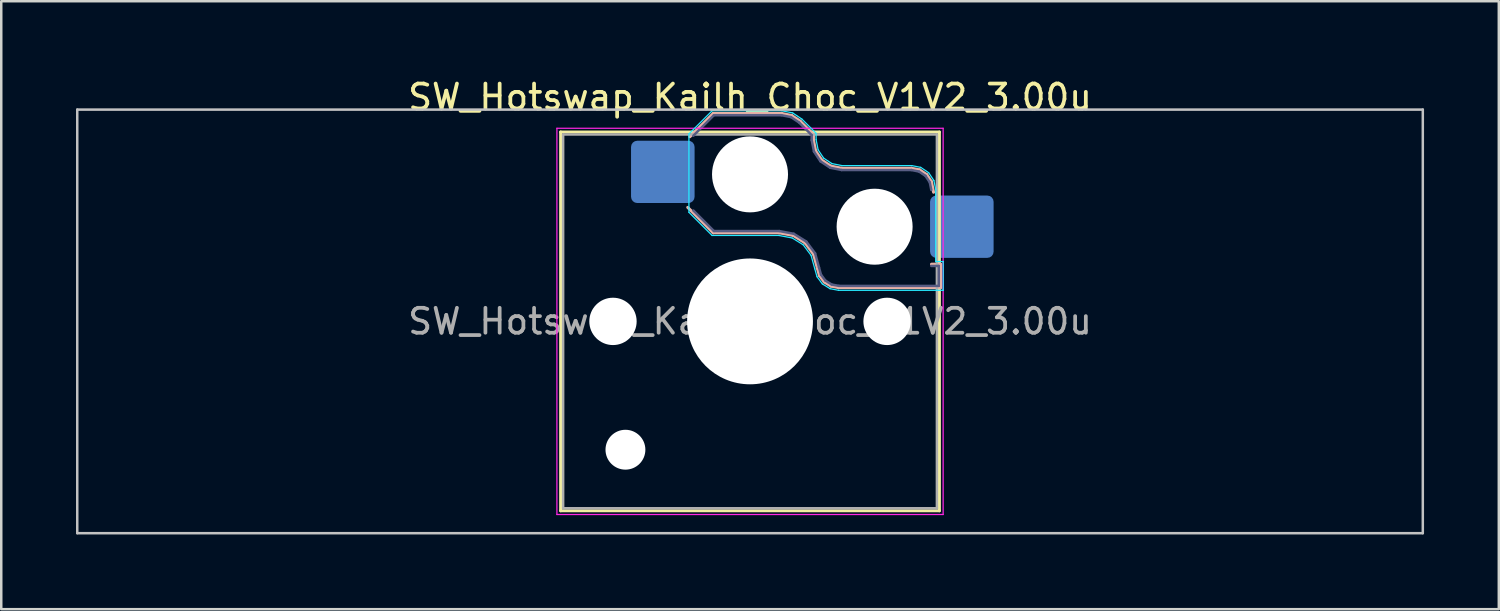
<source format=kicad_pcb>
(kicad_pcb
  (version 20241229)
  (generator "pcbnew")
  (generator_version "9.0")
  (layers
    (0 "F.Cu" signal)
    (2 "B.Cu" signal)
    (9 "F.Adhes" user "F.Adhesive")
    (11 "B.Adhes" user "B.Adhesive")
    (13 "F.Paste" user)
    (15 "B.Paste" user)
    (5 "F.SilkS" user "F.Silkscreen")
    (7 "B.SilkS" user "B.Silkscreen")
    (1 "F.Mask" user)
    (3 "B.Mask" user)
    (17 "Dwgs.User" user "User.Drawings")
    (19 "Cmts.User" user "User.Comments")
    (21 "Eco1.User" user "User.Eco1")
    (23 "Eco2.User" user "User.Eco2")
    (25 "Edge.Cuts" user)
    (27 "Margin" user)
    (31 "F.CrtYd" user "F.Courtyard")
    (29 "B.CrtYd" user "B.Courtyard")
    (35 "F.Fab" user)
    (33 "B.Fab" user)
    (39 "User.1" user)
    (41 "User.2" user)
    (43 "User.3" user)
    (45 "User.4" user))
  (footprint "SW_Hotswap_Kailh_Choc_V1V2_3.00u"
    (layer "F.Cu")
    (at 27.05 9.848)
    (property "Reference" "SW_Hotswap_Kailh_Choc_V1V2_3.00u" (at 0 -9 0) (layer "F.SilkS") (effects (font (size 1 1) (thickness 0.15))))
    (attr smd)
    (fp_line (start -7.6 -7.6) (end -7.6 7.6) (stroke (width 0.12) (type solid)) (layer "F.SilkS"))
    (fp_line (start -7.6 7.6) (end 7.6 7.6) (stroke (width 0.12) (type solid)) (layer "F.SilkS"))
    (fp_line (start 7.6 -7.6) (end -7.6 -7.6) (stroke (width 0.12) (type solid)) (layer "F.SilkS"))
    (fp_line (start 7.6 7.6) (end 7.6 -7.6) (stroke (width 0.12) (type solid)) (layer "F.SilkS"))
    (fp_line (start -2.416 -7.409) (end -1.479 -8.346) (stroke (width 0.12) (type solid)) (layer "B.SilkS"))
    (fp_line (start -1.479 -8.346) (end 1.268 -8.346) (stroke (width 0.12) (type solid)) (layer "B.SilkS"))
    (fp_line (start -1.479 -3.554) (end -2.5 -4.575) (stroke (width 0.12) (type solid)) (layer "B.SilkS"))
    (fp_line (start 1.168 -3.554) (end -1.479 -3.554) (stroke (width 0.12) (type solid)) (layer "B.SilkS"))
    (fp_line (start 1.268 -8.346) (end 1.671 -8.266) (stroke (width 0.12) (type solid)) (layer "B.SilkS"))
    (fp_line (start 1.671 -8.266) (end 2.013 -8.037) (stroke (width 0.12) (type solid)) (layer "B.SilkS"))
    (fp_line (start 1.73 -3.449) (end 1.168 -3.554) (stroke (width 0.12) (type solid)) (layer "B.SilkS"))
    (fp_line (start 2.013 -8.037) (end 2.546 -7.504) (stroke (width 0.12) (type solid)) (layer "B.SilkS"))
    (fp_line (start 2.209 -3.15) (end 1.73 -3.449) (stroke (width 0.12) (type solid)) (layer "B.SilkS"))
    (fp_line (start 2.546 -7.504) (end 2.546 -7.282) (stroke (width 0.12) (type solid)) (layer "B.SilkS"))
    (fp_line (start 2.546 -7.282) (end 2.633 -6.844) (stroke (width 0.12) (type solid)) (layer "B.SilkS"))
    (fp_line (start 2.547 -2.697) (end 2.209 -3.15) (stroke (width 0.12) (type solid)) (layer "B.SilkS"))
    (fp_line (start 2.633 -6.844) (end 2.877 -6.477) (stroke (width 0.12) (type solid)) (layer "B.SilkS"))
    (fp_line (start 2.701 -2.139) (end 2.547 -2.697) (stroke (width 0.12) (type solid)) (layer "B.SilkS"))
    (fp_line (start 2.783 -1.841) (end 2.701 -2.139) (stroke (width 0.12) (type solid)) (layer "B.SilkS"))
    (fp_line (start 2.877 -6.477) (end 3.244 -6.233) (stroke (width 0.12) (type solid)) (layer "B.SilkS"))
    (fp_line (start 2.976 -1.583) (end 2.783 -1.841) (stroke (width 0.12) (type solid)) (layer "B.SilkS"))
    (fp_line (start 3.244 -6.233) (end 3.682 -6.146) (stroke (width 0.12) (type solid)) (layer "B.SilkS"))
    (fp_line (start 3.25 -1.413) (end 2.976 -1.583) (stroke (width 0.12) (type solid)) (layer "B.SilkS"))
    (fp_line (start 3.56 -1.354) (end 3.25 -1.413) (stroke (width 0.12) (type solid)) (layer "B.SilkS"))
    (fp_line (start 3.682 -6.146) (end 6.482 -6.146) (stroke (width 0.12) (type solid)) (layer "B.SilkS"))
    (fp_line (start 6.482 -6.146) (end 6.809 -6.081) (stroke (width 0.12) (type solid)) (layer "B.SilkS"))
    (fp_line (start 6.809 -6.081) (end 7.092 -5.892) (stroke (width 0.12) (type solid)) (layer "B.SilkS"))
    (fp_line (start 7.092 -5.892) (end 7.281 -5.609) (stroke (width 0.12) (type solid)) (layer "B.SilkS"))
    (fp_line (start 7.281 -5.609) (end 7.366 -5.182) (stroke (width 0.12) (type solid)) (layer "B.SilkS"))
    (fp_line (start 7.283 -2.296) (end 7.646 -2.296) (stroke (width 0.12) (type solid)) (layer "B.SilkS"))
    (fp_line (start 7.646 -2.296) (end 7.646 -1.354) (stroke (width 0.12) (type solid)) (layer "B.SilkS"))
    (fp_line (start 7.646 -1.354) (end 3.56 -1.354) (stroke (width 0.12) (type solid)) (layer "B.SilkS"))
    (fp_line (start -27 -8.5) (end -27 8.5) (stroke (width 0.1) (type solid)) (layer "Dwgs.User"))
    (fp_line (start -27 8.5) (end 27 8.5) (stroke (width 0.1) (type solid)) (layer "Dwgs.User"))
    (fp_line (start 27 -8.5) (end -27 -8.5) (stroke (width 0.1) (type solid)) (layer "Dwgs.User"))
    (fp_line (start 27 8.5) (end 27 -8.5) (stroke (width 0.1) (type solid)) (layer "Dwgs.User"))
    (fp_line (start -7.25 -7.25) (end -7.25 7.25) (stroke (width 0.1) (type solid)) (layer "Eco1.User"))
    (fp_line (start -7.25 7.25) (end 7.25 7.25) (stroke (width 0.1) (type solid)) (layer "Eco1.User"))
    (fp_line (start 7.25 -7.25) (end -7.25 -7.25) (stroke (width 0.1) (type solid)) (layer "Eco1.User"))
    (fp_line (start 7.25 7.25) (end 7.25 -7.25) (stroke (width 0.1) (type solid)) (layer "Eco1.User"))
    (fp_line (start -2.452 -7.523) (end -1.523 -8.452) (stroke (width 0.05) (type solid)) (layer "B.CrtYd"))
    (fp_line (start -2.452 -4.377) (end -2.452 -7.523) (stroke (width 0.05) (type solid)) (layer "B.CrtYd"))
    (fp_line (start -1.523 -8.452) (end 1.278 -8.452) (stroke (width 0.05) (type solid)) (layer "B.CrtYd"))
    (fp_line (start -1.523 -3.448) (end -2.452 -4.377) (stroke (width 0.05) (type solid)) (layer "B.CrtYd"))
    (fp_line (start 1.159 -3.448) (end -1.523 -3.448) (stroke (width 0.05) (type solid)) (layer "B.CrtYd"))
    (fp_line (start 1.278 -8.452) (end 1.712 -8.366) (stroke (width 0.05) (type solid)) (layer "B.CrtYd"))
    (fp_line (start 1.691 -3.348) (end 1.159 -3.448) (stroke (width 0.05) (type solid)) (layer "B.CrtYd"))
    (fp_line (start 1.712 -8.366) (end 2.081 -8.119) (stroke (width 0.05) (type solid)) (layer "B.CrtYd"))
    (fp_line (start 2.081 -8.119) (end 2.652 -7.548) (stroke (width 0.05) (type solid)) (layer "B.CrtYd"))
    (fp_line (start 2.136 -3.071) (end 1.691 -3.348) (stroke (width 0.05) (type solid)) (layer "B.CrtYd"))
    (fp_line (start 2.45 -2.65) (end 2.136 -3.071) (stroke (width 0.05) (type solid)) (layer "B.CrtYd"))
    (fp_line (start 2.599 -2.111) (end 2.45 -2.65) (stroke (width 0.05) (type solid)) (layer "B.CrtYd"))
    (fp_line (start 2.652 -7.548) (end 2.652 -7.292) (stroke (width 0.05) (type solid)) (layer "B.CrtYd"))
    (fp_line (start 2.652 -7.292) (end 2.733 -6.885) (stroke (width 0.05) (type solid)) (layer "B.CrtYd"))
    (fp_line (start 2.687 -1.794) (end 2.599 -2.111) (stroke (width 0.05) (type solid)) (layer "B.CrtYd"))
    (fp_line (start 2.733 -6.885) (end 2.953 -6.553) (stroke (width 0.05) (type solid)) (layer "B.CrtYd"))
    (fp_line (start 2.903 -1.503) (end 2.687 -1.794) (stroke (width 0.05) (type solid)) (layer "B.CrtYd"))
    (fp_line (start 2.953 -6.553) (end 3.285 -6.333) (stroke (width 0.05) (type solid)) (layer "B.CrtYd"))
    (fp_line (start 3.211 -1.312) (end 2.903 -1.503) (stroke (width 0.05) (type solid)) (layer "B.CrtYd"))
    (fp_line (start 3.285 -6.333) (end 3.692 -6.252) (stroke (width 0.05) (type solid)) (layer "B.CrtYd"))
    (fp_line (start 3.55 -1.248) (end 3.211 -1.312) (stroke (width 0.05) (type solid)) (layer "B.CrtYd"))
    (fp_line (start 3.692 -6.252) (end 6.492 -6.252) (stroke (width 0.05) (type solid)) (layer "B.CrtYd"))
    (fp_line (start 6.492 -6.252) (end 6.85 -6.181) (stroke (width 0.05) (type solid)) (layer "B.CrtYd"))
    (fp_line (start 6.85 -6.181) (end 7.168 -5.968) (stroke (width 0.05) (type solid)) (layer "B.CrtYd"))
    (fp_line (start 7.168 -5.968) (end 7.381 -5.65) (stroke (width 0.05) (type solid)) (layer "B.CrtYd"))
    (fp_line (start 7.381 -5.65) (end 7.452 -5.292) (stroke (width 0.05) (type solid)) (layer "B.CrtYd"))
    (fp_line (start 7.452 -5.292) (end 7.452 -2.402) (stroke (width 0.05) (type solid)) (layer "B.CrtYd"))
    (fp_line (start 7.452 -2.402) (end 7.752 -2.402) (stroke (width 0.05) (type solid)) (layer "B.CrtYd"))
    (fp_line (start 7.752 -2.402) (end 7.752 -1.248) (stroke (width 0.05) (type solid)) (layer "B.CrtYd"))
    (fp_line (start 7.752 -1.248) (end 3.55 -1.248) (stroke (width 0.05) (type solid)) (layer "B.CrtYd"))
    (fp_line (start -7.75 -7.75) (end -7.75 7.75) (stroke (width 0.05) (type solid)) (layer "F.CrtYd"))
    (fp_line (start -7.75 7.75) (end 7.75 7.75) (stroke (width 0.05) (type solid)) (layer "F.CrtYd"))
    (fp_line (start 7.75 -7.75) (end -7.75 -7.75) (stroke (width 0.05) (type solid)) (layer "F.CrtYd"))
    (fp_line (start 7.75 7.75) (end 7.75 -7.75) (stroke (width 0.05) (type solid)) (layer "F.CrtYd"))
    (fp_line (start -2.275 -7.45) (end -1.45 -8.275) (stroke (width 0.1) (type solid)) (layer "B.Fab"))
    (fp_line (start -1.45 -8.275) (end 1.261 -8.275) (stroke (width 0.1) (type solid)) (layer "B.Fab"))
    (fp_line (start -1.45 -3.625) (end -2.275 -4.45) (stroke (width 0.1) (type solid)) (layer "B.Fab"))
    (fp_line (start 1.175 -3.625) (end -1.45 -3.625) (stroke (width 0.1) (type solid)) (layer "B.Fab"))
    (fp_line (start 1.261 -8.275) (end 1.643 -8.199) (stroke (width 0.1) (type solid)) (layer "B.Fab"))
    (fp_line (start 1.643 -8.199) (end 1.968 -7.982) (stroke (width 0.1) (type solid)) (layer "B.Fab"))
    (fp_line (start 1.756 -3.516) (end 1.175 -3.625) (stroke (width 0.1) (type solid)) (layer "B.Fab"))
    (fp_line (start 1.968 -7.982) (end 2.475 -7.475) (stroke (width 0.1) (type solid)) (layer "B.Fab"))
    (fp_line (start 2.258 -3.203) (end 1.756 -3.516) (stroke (width 0.1) (type solid)) (layer "B.Fab"))
    (fp_line (start 2.475 -7.475) (end 2.475 -7.275) (stroke (width 0.1) (type solid)) (layer "B.Fab"))
    (fp_line (start 2.475 -7.275) (end 2.566 -6.816) (stroke (width 0.1) (type solid)) (layer "B.Fab"))
    (fp_line (start 2.566 -6.816) (end 2.826 -6.426) (stroke (width 0.1) (type solid)) (layer "B.Fab"))
    (fp_line (start 2.612 -2.729) (end 2.258 -3.203) (stroke (width 0.1) (type solid)) (layer "B.Fab"))
    (fp_line (start 2.769 -2.158) (end 2.612 -2.729) (stroke (width 0.1) (type solid)) (layer "B.Fab"))
    (fp_line (start 2.826 -6.426) (end 3.216 -6.166) (stroke (width 0.1) (type solid)) (layer "B.Fab"))
    (fp_line (start 2.848 -1.873) (end 2.769 -2.158) (stroke (width 0.1) (type solid)) (layer "B.Fab"))
    (fp_line (start 3.025 -1.636) (end 2.848 -1.873) (stroke (width 0.1) (type solid)) (layer "B.Fab"))
    (fp_line (start 3.216 -6.166) (end 3.675 -6.075) (stroke (width 0.1) (type solid)) (layer "B.Fab"))
    (fp_line (start 3.276 -1.48) (end 3.025 -1.636) (stroke (width 0.1) (type solid)) (layer "B.Fab"))
    (fp_line (start 3.567 -1.425) (end 3.276 -1.48) (stroke (width 0.1) (type solid)) (layer "B.Fab"))
    (fp_line (start 3.675 -6.075) (end 6.475 -6.075) (stroke (width 0.1) (type solid)) (layer "B.Fab"))
    (fp_line (start 6.475 -6.075) (end 6.781 -6.014) (stroke (width 0.1) (type solid)) (layer "B.Fab"))
    (fp_line (start 6.781 -6.014) (end 7.041 -5.841) (stroke (width 0.1) (type solid)) (layer "B.Fab"))
    (fp_line (start 7.041 -5.841) (end 7.214 -5.581) (stroke (width 0.1) (type solid)) (layer "B.Fab"))
    (fp_line (start 7.214 -5.581) (end 7.275 -5.275) (stroke (width 0.1) (type solid)) (layer "B.Fab"))
    (fp_line (start 7.275 -2.225) (end 7.575 -2.225) (stroke (width 0.1) (type solid)) (layer "B.Fab"))
    (fp_line (start 7.575 -2.225) (end 7.575 -1.425) (stroke (width 0.1) (type solid)) (layer "B.Fab"))
    (fp_line (start 7.575 -1.425) (end 3.567 -1.425) (stroke (width 0.1) (type solid)) (layer "B.Fab"))
    (fp_line (start -7.5 -7.5) (end -7.5 7.5) (stroke (width 0.1) (type solid)) (layer "F.Fab"))
    (fp_line (start -7.5 7.5) (end 7.5 7.5) (stroke (width 0.1) (type solid)) (layer "F.Fab"))
    (fp_line (start 7.5 -7.5) (end -7.5 -7.5) (stroke (width 0.1) (type solid)) (layer "F.Fab"))
    (fp_line (start 7.5 7.5) (end 7.5 -7.5) (stroke (width 0.1) (type solid)) (layer "F.Fab"))
    (fp_text user "${REFERENCE}" (at 0 0 0) (layer "F.Fab") (effects (font (size 1 1) (thickness 0.15))))
    (pad "" np_thru_hole circle (at -5.5 0) (size 1.9 1.9) (drill 1.9) (layers "*.Cu" "*.Mask"))
    (pad "" np_thru_hole circle (at -5 5.15) (size 1.6 1.6) (drill 1.6) (layers "*.Cu" "*.Mask"))
    (pad "" np_thru_hole circle (at 0 -5.9) (size 3.05 3.05) (drill 3.05) (layers "*.Cu" "*.Mask"))
    (pad "" np_thru_hole circle (at 0 0) (size 5.05 5.05) (drill 5.05) (layers "*.Cu" "*.Mask"))
    (pad "" np_thru_hole circle (at 5 -3.8) (size 3.05 3.05) (drill 3.05) (layers "*.Cu" "*.Mask"))
    (pad "" np_thru_hole circle (at 5.5 0) (size 1.9 1.9) (drill 1.9) (layers "*.Cu" "*.Mask"))
    (pad "1" smd roundrect (at -3.5 -6) (size 2.55 2.5) (layers "B.Cu" "B.Mask" "B.Paste") (roundrect_rratio 0.1))
    (pad "2" smd roundrect (at 8.5 -3.8) (size 2.55 2.5) (layers "B.Cu" "B.Mask" "B.Paste") (roundrect_rratio 0.1)))
  (gr_rect
    (start -3 -3)
    (end 57.1 21.398)
    (stroke (width 0.1) (type default))
    (fill no)
    (layer "Edge.Cuts")))
</source>
